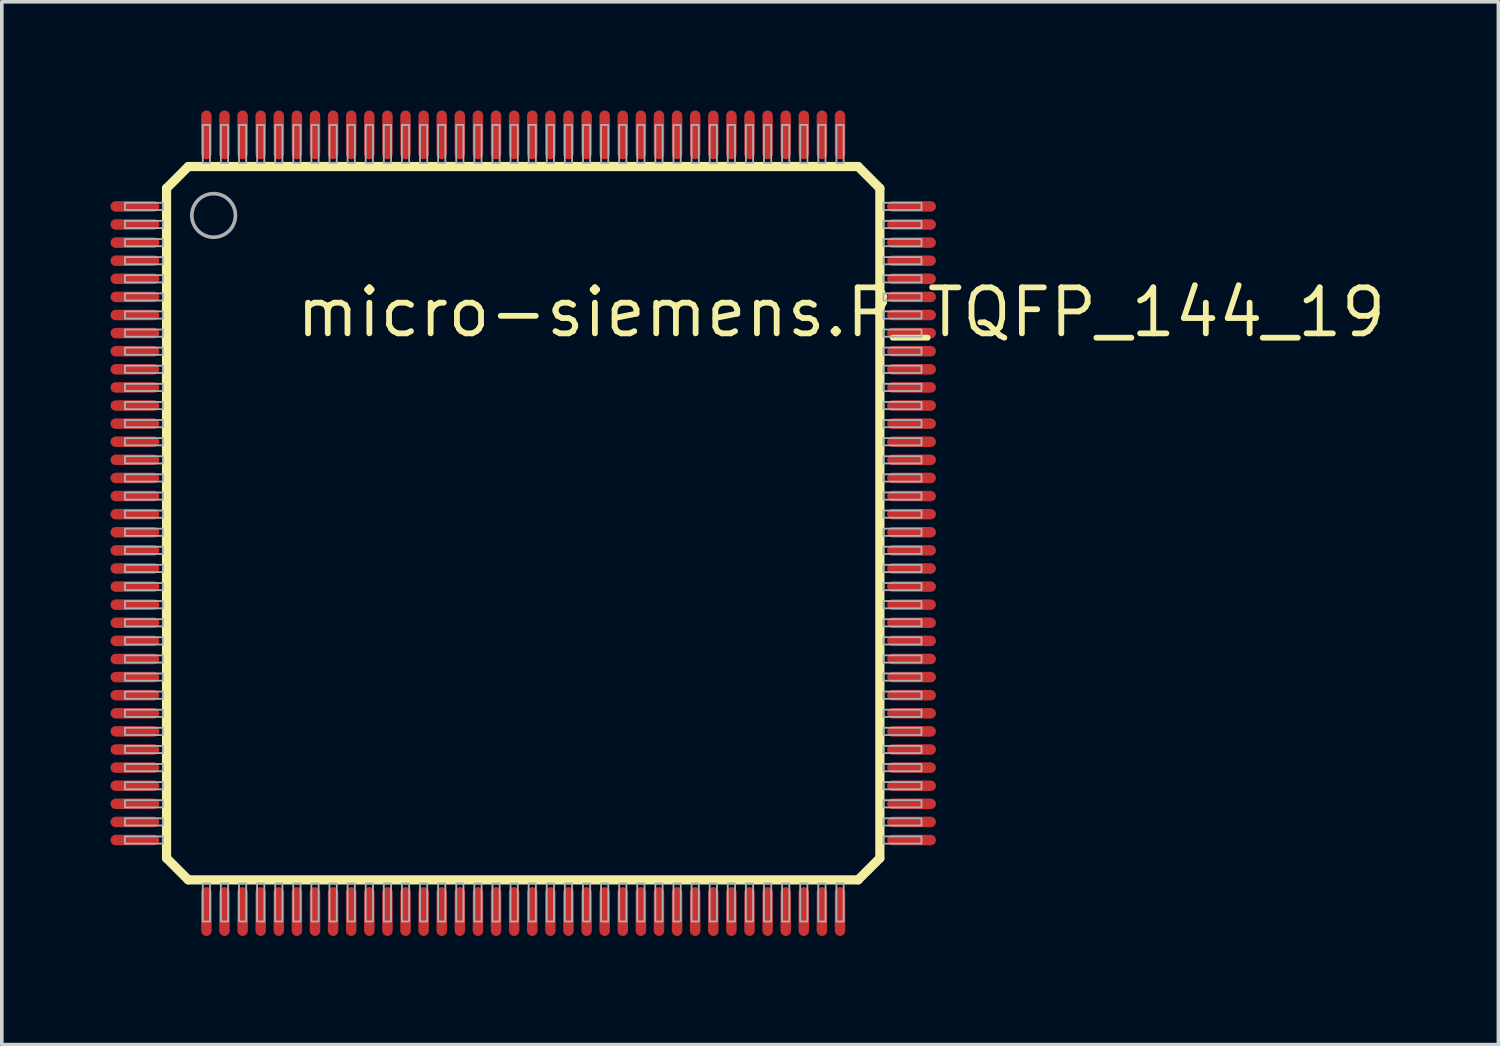
<source format=kicad_pcb>
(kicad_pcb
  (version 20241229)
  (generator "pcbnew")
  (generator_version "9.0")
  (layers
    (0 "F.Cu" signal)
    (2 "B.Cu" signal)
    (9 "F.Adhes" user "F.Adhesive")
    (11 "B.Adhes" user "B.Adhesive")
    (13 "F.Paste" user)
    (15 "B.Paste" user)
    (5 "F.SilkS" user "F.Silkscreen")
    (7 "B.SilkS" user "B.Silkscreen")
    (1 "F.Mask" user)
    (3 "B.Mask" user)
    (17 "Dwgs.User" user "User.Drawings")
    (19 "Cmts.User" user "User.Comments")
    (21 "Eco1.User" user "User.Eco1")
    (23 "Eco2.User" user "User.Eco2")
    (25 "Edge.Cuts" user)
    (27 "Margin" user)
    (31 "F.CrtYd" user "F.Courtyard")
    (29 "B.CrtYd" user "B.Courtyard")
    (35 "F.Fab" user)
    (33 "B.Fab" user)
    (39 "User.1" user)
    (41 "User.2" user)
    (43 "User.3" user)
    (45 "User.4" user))
  (footprint "micro-siemens.P_TQFP_144_19"
    (layer "F.Cu")
    (at 11.4 11.4)
    (property "Reference" "micro-siemens.P_TQFP_144_19" (at -6.35 -5.08 0) (layer "F.SilkS") (effects (font (size 1.27 1.27) (thickness 0.16)) (justify left bottom)))
    (attr smd)
    (fp_line (start -9.85 -9.25) (end -9.25 -9.85) (stroke (width 0.254) (type default)) (layer "F.SilkS"))
    (fp_line (start -9.85 9.25) (end -9.85 -9.25) (stroke (width 0.254) (type default)) (layer "F.SilkS"))
    (fp_line (start -9.85 9.25) (end -9.25 9.85) (stroke (width 0.254) (type default)) (layer "F.SilkS"))
    (fp_line (start -9.25 -9.85) (end 9.25 -9.85) (stroke (width 0.254) (type default)) (layer "F.SilkS"))
    (fp_line (start 9.25 9.85) (end -9.25 9.85) (stroke (width 0.254) (type default)) (layer "F.SilkS"))
    (fp_line (start 9.85 -9.25) (end 9.25 -9.85) (stroke (width 0.254) (type default)) (layer "F.SilkS"))
    (fp_line (start 9.85 -9.25) (end 9.85 9.25) (stroke (width 0.254) (type default)) (layer "F.SilkS"))
    (fp_line (start 9.85 9.25) (end 9.25 9.85) (stroke (width 0.254) (type default)) (layer "F.SilkS"))
    (fp_rect (start -11 -8.65) (end -9.95 -8.85) (stroke (width 0.05) (type default)) (fill no) (layer "F.Fab"))
    (fp_rect (start -11 -8.15) (end -9.95 -8.35) (stroke (width 0.05) (type default)) (fill no) (layer "F.Fab"))
    (fp_rect (start -11 -7.65) (end -9.95 -7.85) (stroke (width 0.05) (type default)) (fill no) (layer "F.Fab"))
    (fp_rect (start -11 -7.15) (end -9.95 -7.35) (stroke (width 0.05) (type default)) (fill no) (layer "F.Fab"))
    (fp_rect (start -11 -6.65) (end -9.95 -6.85) (stroke (width 0.05) (type default)) (fill no) (layer "F.Fab"))
    (fp_rect (start -11 -6.15) (end -9.95 -6.35) (stroke (width 0.05) (type default)) (fill no) (layer "F.Fab"))
    (fp_rect (start -11 -5.65) (end -9.95 -5.85) (stroke (width 0.05) (type default)) (fill no) (layer "F.Fab"))
    (fp_rect (start -11 -5.15) (end -9.95 -5.35) (stroke (width 0.05) (type default)) (fill no) (layer "F.Fab"))
    (fp_rect (start -11 -4.65) (end -9.95 -4.85) (stroke (width 0.05) (type default)) (fill no) (layer "F.Fab"))
    (fp_rect (start -11 -4.15) (end -9.95 -4.35) (stroke (width 0.05) (type default)) (fill no) (layer "F.Fab"))
    (fp_rect (start -11 -3.65) (end -9.95 -3.85) (stroke (width 0.05) (type default)) (fill no) (layer "F.Fab"))
    (fp_rect (start -11 -3.15) (end -9.95 -3.35) (stroke (width 0.05) (type default)) (fill no) (layer "F.Fab"))
    (fp_rect (start -11 -2.65) (end -9.95 -2.85) (stroke (width 0.05) (type default)) (fill no) (layer "F.Fab"))
    (fp_rect (start -11 -2.15) (end -9.95 -2.35) (stroke (width 0.05) (type default)) (fill no) (layer "F.Fab"))
    (fp_rect (start -11 -1.65) (end -9.95 -1.85) (stroke (width 0.05) (type default)) (fill no) (layer "F.Fab"))
    (fp_rect (start -11 -1.15) (end -9.95 -1.35) (stroke (width 0.05) (type default)) (fill no) (layer "F.Fab"))
    (fp_rect (start -11 -0.65) (end -9.95 -0.85) (stroke (width 0.05) (type default)) (fill no) (layer "F.Fab"))
    (fp_rect (start -11 -0.15) (end -9.95 -0.35) (stroke (width 0.05) (type default)) (fill no) (layer "F.Fab"))
    (fp_rect (start -11 0.35) (end -9.95 0.15) (stroke (width 0.05) (type default)) (fill no) (layer "F.Fab"))
    (fp_rect (start -11 0.85) (end -9.95 0.65) (stroke (width 0.05) (type default)) (fill no) (layer "F.Fab"))
    (fp_rect (start -11 1.35) (end -9.95 1.15) (stroke (width 0.05) (type default)) (fill no) (layer "F.Fab"))
    (fp_rect (start -11 1.85) (end -9.95 1.65) (stroke (width 0.05) (type default)) (fill no) (layer "F.Fab"))
    (fp_rect (start -11 2.35) (end -9.95 2.15) (stroke (width 0.05) (type default)) (fill no) (layer "F.Fab"))
    (fp_rect (start -11 2.85) (end -9.95 2.65) (stroke (width 0.05) (type default)) (fill no) (layer "F.Fab"))
    (fp_rect (start -11 3.35) (end -9.95 3.15) (stroke (width 0.05) (type default)) (fill no) (layer "F.Fab"))
    (fp_rect (start -11 3.85) (end -9.95 3.65) (stroke (width 0.05) (type default)) (fill no) (layer "F.Fab"))
    (fp_rect (start -11 4.35) (end -9.95 4.15) (stroke (width 0.05) (type default)) (fill no) (layer "F.Fab"))
    (fp_rect (start -11 4.85) (end -9.95 4.65) (stroke (width 0.05) (type default)) (fill no) (layer "F.Fab"))
    (fp_rect (start -11 5.35) (end -9.95 5.15) (stroke (width 0.05) (type default)) (fill no) (layer "F.Fab"))
    (fp_rect (start -11 5.85) (end -9.95 5.65) (stroke (width 0.05) (type default)) (fill no) (layer "F.Fab"))
    (fp_rect (start -11 6.35) (end -9.95 6.15) (stroke (width 0.05) (type default)) (fill no) (layer "F.Fab"))
    (fp_rect (start -11 6.85) (end -9.95 6.65) (stroke (width 0.05) (type default)) (fill no) (layer "F.Fab"))
    (fp_rect (start -11 7.35) (end -9.95 7.15) (stroke (width 0.05) (type default)) (fill no) (layer "F.Fab"))
    (fp_rect (start -11 7.85) (end -9.95 7.65) (stroke (width 0.05) (type default)) (fill no) (layer "F.Fab"))
    (fp_rect (start -11 8.35) (end -9.95 8.15) (stroke (width 0.05) (type default)) (fill no) (layer "F.Fab"))
    (fp_rect (start -11 8.85) (end -9.95 8.65) (stroke (width 0.05) (type default)) (fill no) (layer "F.Fab"))
    (fp_rect (start -8.85 -9.95) (end -8.65 -11) (stroke (width 0.05) (type default)) (fill no) (layer "F.Fab"))
    (fp_rect (start -8.85 11) (end -8.65 9.95) (stroke (width 0.05) (type default)) (fill no) (layer "F.Fab"))
    (fp_rect (start -8.35 -9.95) (end -8.15 -11) (stroke (width 0.05) (type default)) (fill no) (layer "F.Fab"))
    (fp_rect (start -8.35 11) (end -8.15 9.95) (stroke (width 0.05) (type default)) (fill no) (layer "F.Fab"))
    (fp_rect (start -7.85 -9.95) (end -7.65 -11) (stroke (width 0.05) (type default)) (fill no) (layer "F.Fab"))
    (fp_rect (start -7.85 11) (end -7.65 9.95) (stroke (width 0.05) (type default)) (fill no) (layer "F.Fab"))
    (fp_rect (start -7.35 -9.95) (end -7.15 -11) (stroke (width 0.05) (type default)) (fill no) (layer "F.Fab"))
    (fp_rect (start -7.35 11) (end -7.15 9.95) (stroke (width 0.05) (type default)) (fill no) (layer "F.Fab"))
    (fp_rect (start -6.85 -9.95) (end -6.65 -11) (stroke (width 0.05) (type default)) (fill no) (layer "F.Fab"))
    (fp_rect (start -6.85 11) (end -6.65 9.95) (stroke (width 0.05) (type default)) (fill no) (layer "F.Fab"))
    (fp_rect (start -6.35 -9.95) (end -6.15 -11) (stroke (width 0.05) (type default)) (fill no) (layer "F.Fab"))
    (fp_rect (start -6.35 11) (end -6.15 9.95) (stroke (width 0.05) (type default)) (fill no) (layer "F.Fab"))
    (fp_rect (start -5.85 -9.95) (end -5.65 -11) (stroke (width 0.05) (type default)) (fill no) (layer "F.Fab"))
    (fp_rect (start -5.85 11) (end -5.65 9.95) (stroke (width 0.05) (type default)) (fill no) (layer "F.Fab"))
    (fp_rect (start -5.35 -9.95) (end -5.15 -11) (stroke (width 0.05) (type default)) (fill no) (layer "F.Fab"))
    (fp_rect (start -5.35 11) (end -5.15 9.95) (stroke (width 0.05) (type default)) (fill no) (layer "F.Fab"))
    (fp_rect (start -4.85 -9.95) (end -4.65 -11) (stroke (width 0.05) (type default)) (fill no) (layer "F.Fab"))
    (fp_rect (start -4.85 11) (end -4.65 9.95) (stroke (width 0.05) (type default)) (fill no) (layer "F.Fab"))
    (fp_rect (start -4.35 -9.95) (end -4.15 -11) (stroke (width 0.05) (type default)) (fill no) (layer "F.Fab"))
    (fp_rect (start -4.35 11) (end -4.15 9.95) (stroke (width 0.05) (type default)) (fill no) (layer "F.Fab"))
    (fp_rect (start -3.85 -9.95) (end -3.65 -11) (stroke (width 0.05) (type default)) (fill no) (layer "F.Fab"))
    (fp_rect (start -3.85 11) (end -3.65 9.95) (stroke (width 0.05) (type default)) (fill no) (layer "F.Fab"))
    (fp_rect (start -3.35 -9.95) (end -3.15 -11) (stroke (width 0.05) (type default)) (fill no) (layer "F.Fab"))
    (fp_rect (start -3.35 11) (end -3.15 9.95) (stroke (width 0.05) (type default)) (fill no) (layer "F.Fab"))
    (fp_rect (start -2.85 -9.95) (end -2.65 -11) (stroke (width 0.05) (type default)) (fill no) (layer "F.Fab"))
    (fp_rect (start -2.85 11) (end -2.65 9.95) (stroke (width 0.05) (type default)) (fill no) (layer "F.Fab"))
    (fp_rect (start -2.35 -9.95) (end -2.15 -11) (stroke (width 0.05) (type default)) (fill no) (layer "F.Fab"))
    (fp_rect (start -2.35 11) (end -2.15 9.95) (stroke (width 0.05) (type default)) (fill no) (layer "F.Fab"))
    (fp_rect (start -1.85 -9.95) (end -1.65 -11) (stroke (width 0.05) (type default)) (fill no) (layer "F.Fab"))
    (fp_rect (start -1.85 11) (end -1.65 9.95) (stroke (width 0.05) (type default)) (fill no) (layer "F.Fab"))
    (fp_rect (start -1.35 -9.95) (end -1.15 -11) (stroke (width 0.05) (type default)) (fill no) (layer "F.Fab"))
    (fp_rect (start -1.35 11) (end -1.15 9.95) (stroke (width 0.05) (type default)) (fill no) (layer "F.Fab"))
    (fp_rect (start -0.85 -9.95) (end -0.65 -11) (stroke (width 0.05) (type default)) (fill no) (layer "F.Fab"))
    (fp_rect (start -0.85 11) (end -0.65 9.95) (stroke (width 0.05) (type default)) (fill no) (layer "F.Fab"))
    (fp_rect (start -0.35 -9.95) (end -0.15 -11) (stroke (width 0.05) (type default)) (fill no) (layer "F.Fab"))
    (fp_rect (start -0.35 11) (end -0.15 9.95) (stroke (width 0.05) (type default)) (fill no) (layer "F.Fab"))
    (fp_rect (start 0.15 -9.95) (end 0.35 -11) (stroke (width 0.05) (type default)) (fill no) (layer "F.Fab"))
    (fp_rect (start 0.15 11) (end 0.35 9.95) (stroke (width 0.05) (type default)) (fill no) (layer "F.Fab"))
    (fp_rect (start 0.65 -9.95) (end 0.85 -11) (stroke (width 0.05) (type default)) (fill no) (layer "F.Fab"))
    (fp_rect (start 0.65 11) (end 0.85 9.95) (stroke (width 0.05) (type default)) (fill no) (layer "F.Fab"))
    (fp_rect (start 1.15 -9.95) (end 1.35 -11) (stroke (width 0.05) (type default)) (fill no) (layer "F.Fab"))
    (fp_rect (start 1.15 11) (end 1.35 9.95) (stroke (width 0.05) (type default)) (fill no) (layer "F.Fab"))
    (fp_rect (start 1.65 -9.95) (end 1.85 -11) (stroke (width 0.05) (type default)) (fill no) (layer "F.Fab"))
    (fp_rect (start 1.65 11) (end 1.85 9.95) (stroke (width 0.05) (type default)) (fill no) (layer "F.Fab"))
    (fp_rect (start 2.15 -9.95) (end 2.35 -11) (stroke (width 0.05) (type default)) (fill no) (layer "F.Fab"))
    (fp_rect (start 2.15 11) (end 2.35 9.95) (stroke (width 0.05) (type default)) (fill no) (layer "F.Fab"))
    (fp_rect (start 2.65 -9.95) (end 2.85 -11) (stroke (width 0.05) (type default)) (fill no) (layer "F.Fab"))
    (fp_rect (start 2.65 11) (end 2.85 9.95) (stroke (width 0.05) (type default)) (fill no) (layer "F.Fab"))
    (fp_rect (start 3.15 -9.95) (end 3.35 -11) (stroke (width 0.05) (type default)) (fill no) (layer "F.Fab"))
    (fp_rect (start 3.15 11) (end 3.35 9.95) (stroke (width 0.05) (type default)) (fill no) (layer "F.Fab"))
    (fp_rect (start 3.65 -9.95) (end 3.85 -11) (stroke (width 0.05) (type default)) (fill no) (layer "F.Fab"))
    (fp_rect (start 3.65 11) (end 3.85 9.95) (stroke (width 0.05) (type default)) (fill no) (layer "F.Fab"))
    (fp_rect (start 4.15 -9.95) (end 4.35 -11) (stroke (width 0.05) (type default)) (fill no) (layer "F.Fab"))
    (fp_rect (start 4.15 11) (end 4.35 9.95) (stroke (width 0.05) (type default)) (fill no) (layer "F.Fab"))
    (fp_rect (start 4.65 -9.95) (end 4.85 -11) (stroke (width 0.05) (type default)) (fill no) (layer "F.Fab"))
    (fp_rect (start 4.65 11) (end 4.85 9.95) (stroke (width 0.05) (type default)) (fill no) (layer "F.Fab"))
    (fp_rect (start 5.15 -9.95) (end 5.35 -11) (stroke (width 0.05) (type default)) (fill no) (layer "F.Fab"))
    (fp_rect (start 5.15 11) (end 5.35 9.95) (stroke (width 0.05) (type default)) (fill no) (layer "F.Fab"))
    (fp_rect (start 5.65 -9.95) (end 5.85 -11) (stroke (width 0.05) (type default)) (fill no) (layer "F.Fab"))
    (fp_rect (start 5.65 11) (end 5.85 9.95) (stroke (width 0.05) (type default)) (fill no) (layer "F.Fab"))
    (fp_rect (start 6.15 -9.95) (end 6.35 -11) (stroke (width 0.05) (type default)) (fill no) (layer "F.Fab"))
    (fp_rect (start 6.15 11) (end 6.35 9.95) (stroke (width 0.05) (type default)) (fill no) (layer "F.Fab"))
    (fp_rect (start 6.65 -9.95) (end 6.85 -11) (stroke (width 0.05) (type default)) (fill no) (layer "F.Fab"))
    (fp_rect (start 6.65 11) (end 6.85 9.95) (stroke (width 0.05) (type default)) (fill no) (layer "F.Fab"))
    (fp_rect (start 7.15 -9.95) (end 7.35 -11) (stroke (width 0.05) (type default)) (fill no) (layer "F.Fab"))
    (fp_rect (start 7.15 11) (end 7.35 9.95) (stroke (width 0.05) (type default)) (fill no) (layer "F.Fab"))
    (fp_rect (start 7.65 -9.95) (end 7.85 -11) (stroke (width 0.05) (type default)) (fill no) (layer "F.Fab"))
    (fp_rect (start 7.65 11) (end 7.85 9.95) (stroke (width 0.05) (type default)) (fill no) (layer "F.Fab"))
    (fp_rect (start 8.15 -9.95) (end 8.35 -11) (stroke (width 0.05) (type default)) (fill no) (layer "F.Fab"))
    (fp_rect (start 8.15 11) (end 8.35 9.95) (stroke (width 0.05) (type default)) (fill no) (layer "F.Fab"))
    (fp_rect (start 8.65 -9.95) (end 8.85 -11) (stroke (width 0.05) (type default)) (fill no) (layer "F.Fab"))
    (fp_rect (start 8.65 11) (end 8.85 9.95) (stroke (width 0.05) (type default)) (fill no) (layer "F.Fab"))
    (fp_rect (start 9.95 -8.65) (end 11 -8.85) (stroke (width 0.05) (type default)) (fill no) (layer "F.Fab"))
    (fp_rect (start 9.95 -8.15) (end 11 -8.35) (stroke (width 0.05) (type default)) (fill no) (layer "F.Fab"))
    (fp_rect (start 9.95 -7.65) (end 11 -7.85) (stroke (width 0.05) (type default)) (fill no) (layer "F.Fab"))
    (fp_rect (start 9.95 -7.15) (end 11 -7.35) (stroke (width 0.05) (type default)) (fill no) (layer "F.Fab"))
    (fp_rect (start 9.95 -6.65) (end 11 -6.85) (stroke (width 0.05) (type default)) (fill no) (layer "F.Fab"))
    (fp_rect (start 9.95 -6.15) (end 11 -6.35) (stroke (width 0.05) (type default)) (fill no) (layer "F.Fab"))
    (fp_rect (start 9.95 -5.65) (end 11 -5.85) (stroke (width 0.05) (type default)) (fill no) (layer "F.Fab"))
    (fp_rect (start 9.95 -5.15) (end 11 -5.35) (stroke (width 0.05) (type default)) (fill no) (layer "F.Fab"))
    (fp_rect (start 9.95 -4.65) (end 11 -4.85) (stroke (width 0.05) (type default)) (fill no) (layer "F.Fab"))
    (fp_rect (start 9.95 -4.15) (end 11 -4.35) (stroke (width 0.05) (type default)) (fill no) (layer "F.Fab"))
    (fp_rect (start 9.95 -3.65) (end 11 -3.85) (stroke (width 0.05) (type default)) (fill no) (layer "F.Fab"))
    (fp_rect (start 9.95 -3.15) (end 11 -3.35) (stroke (width 0.05) (type default)) (fill no) (layer "F.Fab"))
    (fp_rect (start 9.95 -2.65) (end 11 -2.85) (stroke (width 0.05) (type default)) (fill no) (layer "F.Fab"))
    (fp_rect (start 9.95 -2.15) (end 11 -2.35) (stroke (width 0.05) (type default)) (fill no) (layer "F.Fab"))
    (fp_rect (start 9.95 -1.65) (end 11 -1.85) (stroke (width 0.05) (type default)) (fill no) (layer "F.Fab"))
    (fp_rect (start 9.95 -1.15) (end 11 -1.35) (stroke (width 0.05) (type default)) (fill no) (layer "F.Fab"))
    (fp_rect (start 9.95 -0.65) (end 11 -0.85) (stroke (width 0.05) (type default)) (fill no) (layer "F.Fab"))
    (fp_rect (start 9.95 -0.15) (end 11 -0.35) (stroke (width 0.05) (type default)) (fill no) (layer "F.Fab"))
    (fp_rect (start 9.95 0.35) (end 11 0.15) (stroke (width 0.05) (type default)) (fill no) (layer "F.Fab"))
    (fp_rect (start 9.95 0.85) (end 11 0.65) (stroke (width 0.05) (type default)) (fill no) (layer "F.Fab"))
    (fp_rect (start 9.95 1.35) (end 11 1.15) (stroke (width 0.05) (type default)) (fill no) (layer "F.Fab"))
    (fp_rect (start 9.95 1.85) (end 11 1.65) (stroke (width 0.05) (type default)) (fill no) (layer "F.Fab"))
    (fp_rect (start 9.95 2.35) (end 11 2.15) (stroke (width 0.05) (type default)) (fill no) (layer "F.Fab"))
    (fp_rect (start 9.95 2.85) (end 11 2.65) (stroke (width 0.05) (type default)) (fill no) (layer "F.Fab"))
    (fp_rect (start 9.95 3.35) (end 11 3.15) (stroke (width 0.05) (type default)) (fill no) (layer "F.Fab"))
    (fp_rect (start 9.95 3.85) (end 11 3.65) (stroke (width 0.05) (type default)) (fill no) (layer "F.Fab"))
    (fp_rect (start 9.95 4.35) (end 11 4.15) (stroke (width 0.05) (type default)) (fill no) (layer "F.Fab"))
    (fp_rect (start 9.95 4.85) (end 11 4.65) (stroke (width 0.05) (type default)) (fill no) (layer "F.Fab"))
    (fp_rect (start 9.95 5.35) (end 11 5.15) (stroke (width 0.05) (type default)) (fill no) (layer "F.Fab"))
    (fp_rect (start 9.95 5.85) (end 11 5.65) (stroke (width 0.05) (type default)) (fill no) (layer "F.Fab"))
    (fp_rect (start 9.95 6.35) (end 11 6.15) (stroke (width 0.05) (type default)) (fill no) (layer "F.Fab"))
    (fp_rect (start 9.95 6.85) (end 11 6.65) (stroke (width 0.05) (type default)) (fill no) (layer "F.Fab"))
    (fp_rect (start 9.95 7.35) (end 11 7.15) (stroke (width 0.05) (type default)) (fill no) (layer "F.Fab"))
    (fp_rect (start 9.95 7.85) (end 11 7.65) (stroke (width 0.05) (type default)) (fill no) (layer "F.Fab"))
    (fp_rect (start 9.95 8.35) (end 11 8.15) (stroke (width 0.05) (type default)) (fill no) (layer "F.Fab"))
    (fp_rect (start 9.95 8.85) (end 11 8.65) (stroke (width 0.05) (type default)) (fill no) (layer "F.Fab"))
    (fp_circle (center -8.55 -8.5) (end -7.948 -8.5) (stroke (width 0.1) (type default)) (fill no) (layer "F.Fab"))
    (pad "1" smd roundrect (at -10.725 -8.75) (size 1.35 0.29) (layers "F.Cu" "F.Mask" "F.Paste") (roundrect_rratio 0.5))
    (pad "2" smd roundrect (at -10.725 -8.25) (size 1.35 0.29) (layers "F.Cu" "F.Mask" "F.Paste") (roundrect_rratio 0.5))
    (pad "3" smd roundrect (at -10.725 -7.75) (size 1.35 0.29) (layers "F.Cu" "F.Mask" "F.Paste") (roundrect_rratio 0.5))
    (pad "4" smd roundrect (at -10.725 -7.25) (size 1.35 0.29) (layers "F.Cu" "F.Mask" "F.Paste") (roundrect_rratio 0.5))
    (pad "5" smd roundrect (at -10.725 -6.75) (size 1.35 0.29) (layers "F.Cu" "F.Mask" "F.Paste") (roundrect_rratio 0.5))
    (pad "6" smd roundrect (at -10.725 -6.25) (size 1.35 0.29) (layers "F.Cu" "F.Mask" "F.Paste") (roundrect_rratio 0.5))
    (pad "7" smd roundrect (at -10.725 -5.75) (size 1.35 0.29) (layers "F.Cu" "F.Mask" "F.Paste") (roundrect_rratio 0.5))
    (pad "8" smd roundrect (at -10.725 -5.25) (size 1.35 0.29) (layers "F.Cu" "F.Mask" "F.Paste") (roundrect_rratio 0.5))
    (pad "9" smd roundrect (at -10.725 -4.75) (size 1.35 0.29) (layers "F.Cu" "F.Mask" "F.Paste") (roundrect_rratio 0.5))
    (pad "10" smd roundrect (at -10.725 -4.25) (size 1.35 0.29) (layers "F.Cu" "F.Mask" "F.Paste") (roundrect_rratio 0.5))
    (pad "11" smd roundrect (at -10.725 -3.75) (size 1.35 0.29) (layers "F.Cu" "F.Mask" "F.Paste") (roundrect_rratio 0.5))
    (pad "12" smd roundrect (at -10.725 -3.25) (size 1.35 0.29) (layers "F.Cu" "F.Mask" "F.Paste") (roundrect_rratio 0.5))
    (pad "13" smd roundrect (at -10.725 -2.75) (size 1.35 0.29) (layers "F.Cu" "F.Mask" "F.Paste") (roundrect_rratio 0.5))
    (pad "14" smd roundrect (at -10.725 -2.25) (size 1.35 0.29) (layers "F.Cu" "F.Mask" "F.Paste") (roundrect_rratio 0.5))
    (pad "15" smd roundrect (at -10.725 -1.75) (size 1.35 0.29) (layers "F.Cu" "F.Mask" "F.Paste") (roundrect_rratio 0.5))
    (pad "16" smd roundrect (at -10.725 -1.25) (size 1.35 0.29) (layers "F.Cu" "F.Mask" "F.Paste") (roundrect_rratio 0.5))
    (pad "17" smd roundrect (at -10.725 -0.75) (size 1.35 0.29) (layers "F.Cu" "F.Mask" "F.Paste") (roundrect_rratio 0.5))
    (pad "18" smd roundrect (at -10.725 -0.25) (size 1.35 0.29) (layers "F.Cu" "F.Mask" "F.Paste") (roundrect_rratio 0.5))
    (pad "19" smd roundrect (at -10.725 0.25) (size 1.35 0.29) (layers "F.Cu" "F.Mask" "F.Paste") (roundrect_rratio 0.5))
    (pad "20" smd roundrect (at -10.725 0.75) (size 1.35 0.29) (layers "F.Cu" "F.Mask" "F.Paste") (roundrect_rratio 0.5))
    (pad "21" smd roundrect (at -10.725 1.25) (size 1.35 0.29) (layers "F.Cu" "F.Mask" "F.Paste") (roundrect_rratio 0.5))
    (pad "22" smd roundrect (at -10.725 1.75) (size 1.35 0.29) (layers "F.Cu" "F.Mask" "F.Paste") (roundrect_rratio 0.5))
    (pad "23" smd roundrect (at -10.725 2.25) (size 1.35 0.29) (layers "F.Cu" "F.Mask" "F.Paste") (roundrect_rratio 0.5))
    (pad "24" smd roundrect (at -10.725 2.75) (size 1.35 0.29) (layers "F.Cu" "F.Mask" "F.Paste") (roundrect_rratio 0.5))
    (pad "25" smd roundrect (at -10.725 3.25) (size 1.35 0.29) (layers "F.Cu" "F.Mask" "F.Paste") (roundrect_rratio 0.5))
    (pad "26" smd roundrect (at -10.725 3.75) (size 1.35 0.29) (layers "F.Cu" "F.Mask" "F.Paste") (roundrect_rratio 0.5))
    (pad "27" smd roundrect (at -10.725 4.25) (size 1.35 0.29) (layers "F.Cu" "F.Mask" "F.Paste") (roundrect_rratio 0.5))
    (pad "28" smd roundrect (at -10.725 4.75) (size 1.35 0.29) (layers "F.Cu" "F.Mask" "F.Paste") (roundrect_rratio 0.5))
    (pad "29" smd roundrect (at -10.725 5.25) (size 1.35 0.29) (layers "F.Cu" "F.Mask" "F.Paste") (roundrect_rratio 0.5))
    (pad "30" smd roundrect (at -10.725 5.75) (size 1.35 0.29) (layers "F.Cu" "F.Mask" "F.Paste") (roundrect_rratio 0.5))
    (pad "31" smd roundrect (at -10.725 6.25) (size 1.35 0.29) (layers "F.Cu" "F.Mask" "F.Paste") (roundrect_rratio 0.5))
    (pad "32" smd roundrect (at -10.725 6.75) (size 1.35 0.29) (layers "F.Cu" "F.Mask" "F.Paste") (roundrect_rratio 0.5))
    (pad "33" smd roundrect (at -10.725 7.25) (size 1.35 0.29) (layers "F.Cu" "F.Mask" "F.Paste") (roundrect_rratio 0.5))
    (pad "34" smd roundrect (at -10.725 7.75) (size 1.35 0.29) (layers "F.Cu" "F.Mask" "F.Paste") (roundrect_rratio 0.5))
    (pad "35" smd roundrect (at -10.725 8.25) (size 1.35 0.29) (layers "F.Cu" "F.Mask" "F.Paste") (roundrect_rratio 0.5))
    (pad "36" smd roundrect (at -10.725 8.75) (size 1.35 0.29) (layers "F.Cu" "F.Mask" "F.Paste") (roundrect_rratio 0.5))
    (pad "37" smd roundrect (at -8.75 10.725 90) (size 1.35 0.29) (layers "F.Cu" "F.Mask" "F.Paste") (roundrect_rratio 0.5))
    (pad "38" smd roundrect (at -8.25 10.725 90) (size 1.35 0.29) (layers "F.Cu" "F.Mask" "F.Paste") (roundrect_rratio 0.5))
    (pad "39" smd roundrect (at -7.75 10.725 90) (size 1.35 0.29) (layers "F.Cu" "F.Mask" "F.Paste") (roundrect_rratio 0.5))
    (pad "40" smd roundrect (at -7.25 10.725 90) (size 1.35 0.29) (layers "F.Cu" "F.Mask" "F.Paste") (roundrect_rratio 0.5))
    (pad "41" smd roundrect (at -6.75 10.725 90) (size 1.35 0.29) (layers "F.Cu" "F.Mask" "F.Paste") (roundrect_rratio 0.5))
    (pad "42" smd roundrect (at -6.25 10.725 90) (size 1.35 0.29) (layers "F.Cu" "F.Mask" "F.Paste") (roundrect_rratio 0.5))
    (pad "43" smd roundrect (at -5.75 10.725 90) (size 1.35 0.29) (layers "F.Cu" "F.Mask" "F.Paste") (roundrect_rratio 0.5))
    (pad "44" smd roundrect (at -5.25 10.725 90) (size 1.35 0.29) (layers "F.Cu" "F.Mask" "F.Paste") (roundrect_rratio 0.5))
    (pad "45" smd roundrect (at -4.75 10.725 90) (size 1.35 0.29) (layers "F.Cu" "F.Mask" "F.Paste") (roundrect_rratio 0.5))
    (pad "46" smd roundrect (at -4.25 10.725 90) (size 1.35 0.29) (layers "F.Cu" "F.Mask" "F.Paste") (roundrect_rratio 0.5))
    (pad "47" smd roundrect (at -3.75 10.725 90) (size 1.35 0.29) (layers "F.Cu" "F.Mask" "F.Paste") (roundrect_rratio 0.5))
    (pad "48" smd roundrect (at -3.25 10.725 90) (size 1.35 0.29) (layers "F.Cu" "F.Mask" "F.Paste") (roundrect_rratio 0.5))
    (pad "49" smd roundrect (at -2.75 10.725 90) (size 1.35 0.29) (layers "F.Cu" "F.Mask" "F.Paste") (roundrect_rratio 0.5))
    (pad "50" smd roundrect (at -2.25 10.725 90) (size 1.35 0.29) (layers "F.Cu" "F.Mask" "F.Paste") (roundrect_rratio 0.5))
    (pad "51" smd roundrect (at -1.75 10.725 90) (size 1.35 0.29) (layers "F.Cu" "F.Mask" "F.Paste") (roundrect_rratio 0.5))
    (pad "52" smd roundrect (at -1.25 10.725 90) (size 1.35 0.29) (layers "F.Cu" "F.Mask" "F.Paste") (roundrect_rratio 0.5))
    (pad "53" smd roundrect (at -0.75 10.725 90) (size 1.35 0.29) (layers "F.Cu" "F.Mask" "F.Paste") (roundrect_rratio 0.5))
    (pad "54" smd roundrect (at -0.25 10.725 90) (size 1.35 0.29) (layers "F.Cu" "F.Mask" "F.Paste") (roundrect_rratio 0.5))
    (pad "55" smd roundrect (at 0.25 10.725 90) (size 1.35 0.29) (layers "F.Cu" "F.Mask" "F.Paste") (roundrect_rratio 0.5))
    (pad "56" smd roundrect (at 0.75 10.725 90) (size 1.35 0.29) (layers "F.Cu" "F.Mask" "F.Paste") (roundrect_rratio 0.5))
    (pad "57" smd roundrect (at 1.25 10.725 90) (size 1.35 0.29) (layers "F.Cu" "F.Mask" "F.Paste") (roundrect_rratio 0.5))
    (pad "58" smd roundrect (at 1.75 10.725 90) (size 1.35 0.29) (layers "F.Cu" "F.Mask" "F.Paste") (roundrect_rratio 0.5))
    (pad "59" smd roundrect (at 2.25 10.725 90) (size 1.35 0.29) (layers "F.Cu" "F.Mask" "F.Paste") (roundrect_rratio 0.5))
    (pad "60" smd roundrect (at 2.75 10.725 90) (size 1.35 0.29) (layers "F.Cu" "F.Mask" "F.Paste") (roundrect_rratio 0.5))
    (pad "61" smd roundrect (at 3.25 10.725 90) (size 1.35 0.29) (layers "F.Cu" "F.Mask" "F.Paste") (roundrect_rratio 0.5))
    (pad "62" smd roundrect (at 3.75 10.725 90) (size 1.35 0.29) (layers "F.Cu" "F.Mask" "F.Paste") (roundrect_rratio 0.5))
    (pad "63" smd roundrect (at 4.25 10.725 90) (size 1.35 0.29) (layers "F.Cu" "F.Mask" "F.Paste") (roundrect_rratio 0.5))
    (pad "64" smd roundrect (at 4.75 10.725 90) (size 1.35 0.29) (layers "F.Cu" "F.Mask" "F.Paste") (roundrect_rratio 0.5))
    (pad "65" smd roundrect (at 5.25 10.725 90) (size 1.35 0.29) (layers "F.Cu" "F.Mask" "F.Paste") (roundrect_rratio 0.5))
    (pad "66" smd roundrect (at 5.75 10.725 90) (size 1.35 0.29) (layers "F.Cu" "F.Mask" "F.Paste") (roundrect_rratio 0.5))
    (pad "67" smd roundrect (at 6.25 10.725 90) (size 1.35 0.29) (layers "F.Cu" "F.Mask" "F.Paste") (roundrect_rratio 0.5))
    (pad "68" smd roundrect (at 6.75 10.725 90) (size 1.35 0.29) (layers "F.Cu" "F.Mask" "F.Paste") (roundrect_rratio 0.5))
    (pad "69" smd roundrect (at 7.25 10.725 90) (size 1.35 0.29) (layers "F.Cu" "F.Mask" "F.Paste") (roundrect_rratio 0.5))
    (pad "70" smd roundrect (at 7.75 10.725 90) (size 1.35 0.29) (layers "F.Cu" "F.Mask" "F.Paste") (roundrect_rratio 0.5))
    (pad "71" smd roundrect (at 8.25 10.725 90) (size 1.35 0.29) (layers "F.Cu" "F.Mask" "F.Paste") (roundrect_rratio 0.5))
    (pad "72" smd roundrect (at 8.75 10.725 90) (size 1.35 0.29) (layers "F.Cu" "F.Mask" "F.Paste") (roundrect_rratio 0.5))
    (pad "73" smd roundrect (at 10.725 8.75 180) (size 1.35 0.29) (layers "F.Cu" "F.Mask" "F.Paste") (roundrect_rratio 0.5))
    (pad "74" smd roundrect (at 10.725 8.25 180) (size 1.35 0.29) (layers "F.Cu" "F.Mask" "F.Paste") (roundrect_rratio 0.5))
    (pad "75" smd roundrect (at 10.725 7.75 180) (size 1.35 0.29) (layers "F.Cu" "F.Mask" "F.Paste") (roundrect_rratio 0.5))
    (pad "76" smd roundrect (at 10.725 7.25 180) (size 1.35 0.29) (layers "F.Cu" "F.Mask" "F.Paste") (roundrect_rratio 0.5))
    (pad "77" smd roundrect (at 10.725 6.75 180) (size 1.35 0.29) (layers "F.Cu" "F.Mask" "F.Paste") (roundrect_rratio 0.5))
    (pad "78" smd roundrect (at 10.725 6.25 180) (size 1.35 0.29) (layers "F.Cu" "F.Mask" "F.Paste") (roundrect_rratio 0.5))
    (pad "79" smd roundrect (at 10.725 5.75 180) (size 1.35 0.29) (layers "F.Cu" "F.Mask" "F.Paste") (roundrect_rratio 0.5))
    (pad "80" smd roundrect (at 10.725 5.25 180) (size 1.35 0.29) (layers "F.Cu" "F.Mask" "F.Paste") (roundrect_rratio 0.5))
    (pad "81" smd roundrect (at 10.725 4.75 180) (size 1.35 0.29) (layers "F.Cu" "F.Mask" "F.Paste") (roundrect_rratio 0.5))
    (pad "82" smd roundrect (at 10.725 4.25 180) (size 1.35 0.29) (layers "F.Cu" "F.Mask" "F.Paste") (roundrect_rratio 0.5))
    (pad "83" smd roundrect (at 10.725 3.75 180) (size 1.35 0.29) (layers "F.Cu" "F.Mask" "F.Paste") (roundrect_rratio 0.5))
    (pad "84" smd roundrect (at 10.725 3.25 180) (size 1.35 0.29) (layers "F.Cu" "F.Mask" "F.Paste") (roundrect_rratio 0.5))
    (pad "85" smd roundrect (at 10.725 2.75 180) (size 1.35 0.29) (layers "F.Cu" "F.Mask" "F.Paste") (roundrect_rratio 0.5))
    (pad "86" smd roundrect (at 10.725 2.25 180) (size 1.35 0.29) (layers "F.Cu" "F.Mask" "F.Paste") (roundrect_rratio 0.5))
    (pad "87" smd roundrect (at 10.725 1.75 180) (size 1.35 0.29) (layers "F.Cu" "F.Mask" "F.Paste") (roundrect_rratio 0.5))
    (pad "88" smd roundrect (at 10.725 1.25 180) (size 1.35 0.29) (layers "F.Cu" "F.Mask" "F.Paste") (roundrect_rratio 0.5))
    (pad "89" smd roundrect (at 10.725 0.75 180) (size 1.35 0.29) (layers "F.Cu" "F.Mask" "F.Paste") (roundrect_rratio 0.5))
    (pad "90" smd roundrect (at 10.725 0.25 180) (size 1.35 0.29) (layers "F.Cu" "F.Mask" "F.Paste") (roundrect_rratio 0.5))
    (pad "91" smd roundrect (at 10.725 -0.25 180) (size 1.35 0.29) (layers "F.Cu" "F.Mask" "F.Paste") (roundrect_rratio 0.5))
    (pad "92" smd roundrect (at 10.725 -0.75 180) (size 1.35 0.29) (layers "F.Cu" "F.Mask" "F.Paste") (roundrect_rratio 0.5))
    (pad "93" smd roundrect (at 10.725 -1.25 180) (size 1.35 0.29) (layers "F.Cu" "F.Mask" "F.Paste") (roundrect_rratio 0.5))
    (pad "94" smd roundrect (at 10.725 -1.75 180) (size 1.35 0.29) (layers "F.Cu" "F.Mask" "F.Paste") (roundrect_rratio 0.5))
    (pad "95" smd roundrect (at 10.725 -2.25 180) (size 1.35 0.29) (layers "F.Cu" "F.Mask" "F.Paste") (roundrect_rratio 0.5))
    (pad "96" smd roundrect (at 10.725 -2.75 180) (size 1.35 0.29) (layers "F.Cu" "F.Mask" "F.Paste") (roundrect_rratio 0.5))
    (pad "97" smd roundrect (at 10.725 -3.25 180) (size 1.35 0.29) (layers "F.Cu" "F.Mask" "F.Paste") (roundrect_rratio 0.5))
    (pad "98" smd roundrect (at 10.725 -3.75 180) (size 1.35 0.29) (layers "F.Cu" "F.Mask" "F.Paste") (roundrect_rratio 0.5))
    (pad "99" smd roundrect (at 10.725 -4.25 180) (size 1.35 0.29) (layers "F.Cu" "F.Mask" "F.Paste") (roundrect_rratio 0.5))
    (pad "100" smd roundrect (at 10.725 -4.75 180) (size 1.35 0.29) (layers "F.Cu" "F.Mask" "F.Paste") (roundrect_rratio 0.5))
    (pad "101" smd roundrect (at 10.725 -5.25 180) (size 1.35 0.29) (layers "F.Cu" "F.Mask" "F.Paste") (roundrect_rratio 0.5))
    (pad "102" smd roundrect (at 10.725 -5.75 180) (size 1.35 0.29) (layers "F.Cu" "F.Mask" "F.Paste") (roundrect_rratio 0.5))
    (pad "103" smd roundrect (at 10.725 -6.25 180) (size 1.35 0.29) (layers "F.Cu" "F.Mask" "F.Paste") (roundrect_rratio 0.5))
    (pad "104" smd roundrect (at 10.725 -6.75 180) (size 1.35 0.29) (layers "F.Cu" "F.Mask" "F.Paste") (roundrect_rratio 0.5))
    (pad "105" smd roundrect (at 10.725 -7.25 180) (size 1.35 0.29) (layers "F.Cu" "F.Mask" "F.Paste") (roundrect_rratio 0.5))
    (pad "106" smd roundrect (at 10.725 -7.75 180) (size 1.35 0.29) (layers "F.Cu" "F.Mask" "F.Paste") (roundrect_rratio 0.5))
    (pad "107" smd roundrect (at 10.725 -8.25 180) (size 1.35 0.29) (layers "F.Cu" "F.Mask" "F.Paste") (roundrect_rratio 0.5))
    (pad "108" smd roundrect (at 10.725 -8.75 180) (size 1.35 0.29) (layers "F.Cu" "F.Mask" "F.Paste") (roundrect_rratio 0.5))
    (pad "109" smd roundrect (at 8.75 -10.725 270) (size 1.35 0.29) (layers "F.Cu" "F.Mask" "F.Paste") (roundrect_rratio 0.5))
    (pad "110" smd roundrect (at 8.25 -10.725 270) (size 1.35 0.29) (layers "F.Cu" "F.Mask" "F.Paste") (roundrect_rratio 0.5))
    (pad "111" smd roundrect (at 7.75 -10.725 270) (size 1.35 0.29) (layers "F.Cu" "F.Mask" "F.Paste") (roundrect_rratio 0.5))
    (pad "112" smd roundrect (at 7.25 -10.725 270) (size 1.35 0.29) (layers "F.Cu" "F.Mask" "F.Paste") (roundrect_rratio 0.5))
    (pad "113" smd roundrect (at 6.75 -10.725 270) (size 1.35 0.29) (layers "F.Cu" "F.Mask" "F.Paste") (roundrect_rratio 0.5))
    (pad "114" smd roundrect (at 6.25 -10.725 270) (size 1.35 0.29) (layers "F.Cu" "F.Mask" "F.Paste") (roundrect_rratio 0.5))
    (pad "115" smd roundrect (at 5.75 -10.725 270) (size 1.35 0.29) (layers "F.Cu" "F.Mask" "F.Paste") (roundrect_rratio 0.5))
    (pad "116" smd roundrect (at 5.25 -10.725 270) (size 1.35 0.29) (layers "F.Cu" "F.Mask" "F.Paste") (roundrect_rratio 0.5))
    (pad "117" smd roundrect (at 4.75 -10.725 270) (size 1.35 0.29) (layers "F.Cu" "F.Mask" "F.Paste") (roundrect_rratio 0.5))
    (pad "118" smd roundrect (at 4.25 -10.725 270) (size 1.35 0.29) (layers "F.Cu" "F.Mask" "F.Paste") (roundrect_rratio 0.5))
    (pad "119" smd roundrect (at 3.75 -10.725 270) (size 1.35 0.29) (layers "F.Cu" "F.Mask" "F.Paste") (roundrect_rratio 0.5))
    (pad "120" smd roundrect (at 3.25 -10.725 270) (size 1.35 0.29) (layers "F.Cu" "F.Mask" "F.Paste") (roundrect_rratio 0.5))
    (pad "121" smd roundrect (at 2.75 -10.725 270) (size 1.35 0.29) (layers "F.Cu" "F.Mask" "F.Paste") (roundrect_rratio 0.5))
    (pad "122" smd roundrect (at 2.25 -10.725 270) (size 1.35 0.29) (layers "F.Cu" "F.Mask" "F.Paste") (roundrect_rratio 0.5))
    (pad "123" smd roundrect (at 1.75 -10.725 270) (size 1.35 0.29) (layers "F.Cu" "F.Mask" "F.Paste") (roundrect_rratio 0.5))
    (pad "124" smd roundrect (at 1.25 -10.725 270) (size 1.35 0.29) (layers "F.Cu" "F.Mask" "F.Paste") (roundrect_rratio 0.5))
    (pad "125" smd roundrect (at 0.75 -10.725 270) (size 1.35 0.29) (layers "F.Cu" "F.Mask" "F.Paste") (roundrect_rratio 0.5))
    (pad "126" smd roundrect (at 0.25 -10.725 270) (size 1.35 0.29) (layers "F.Cu" "F.Mask" "F.Paste") (roundrect_rratio 0.5))
    (pad "127" smd roundrect (at -0.25 -10.725 270) (size 1.35 0.29) (layers "F.Cu" "F.Mask" "F.Paste") (roundrect_rratio 0.5))
    (pad "128" smd roundrect (at -0.75 -10.725 270) (size 1.35 0.29) (layers "F.Cu" "F.Mask" "F.Paste") (roundrect_rratio 0.5))
    (pad "129" smd roundrect (at -1.25 -10.725 270) (size 1.35 0.29) (layers "F.Cu" "F.Mask" "F.Paste") (roundrect_rratio 0.5))
    (pad "130" smd roundrect (at -1.75 -10.725 270) (size 1.35 0.29) (layers "F.Cu" "F.Mask" "F.Paste") (roundrect_rratio 0.5))
    (pad "131" smd roundrect (at -2.25 -10.725 270) (size 1.35 0.29) (layers "F.Cu" "F.Mask" "F.Paste") (roundrect_rratio 0.5))
    (pad "132" smd roundrect (at -2.75 -10.725 270) (size 1.35 0.29) (layers "F.Cu" "F.Mask" "F.Paste") (roundrect_rratio 0.5))
    (pad "133" smd roundrect (at -3.25 -10.725 270) (size 1.35 0.29) (layers "F.Cu" "F.Mask" "F.Paste") (roundrect_rratio 0.5))
    (pad "134" smd roundrect (at -3.75 -10.725 270) (size 1.35 0.29) (layers "F.Cu" "F.Mask" "F.Paste") (roundrect_rratio 0.5))
    (pad "135" smd roundrect (at -4.25 -10.725 270) (size 1.35 0.29) (layers "F.Cu" "F.Mask" "F.Paste") (roundrect_rratio 0.5))
    (pad "136" smd roundrect (at -4.75 -10.725 270) (size 1.35 0.29) (layers "F.Cu" "F.Mask" "F.Paste") (roundrect_rratio 0.5))
    (pad "137" smd roundrect (at -5.25 -10.725 270) (size 1.35 0.29) (layers "F.Cu" "F.Mask" "F.Paste") (roundrect_rratio 0.5))
    (pad "138" smd roundrect (at -5.75 -10.725 270) (size 1.35 0.29) (layers "F.Cu" "F.Mask" "F.Paste") (roundrect_rratio 0.5))
    (pad "139" smd roundrect (at -6.25 -10.725 270) (size 1.35 0.29) (layers "F.Cu" "F.Mask" "F.Paste") (roundrect_rratio 0.5))
    (pad "140" smd roundrect (at -6.75 -10.725 270) (size 1.35 0.29) (layers "F.Cu" "F.Mask" "F.Paste") (roundrect_rratio 0.5))
    (pad "141" smd roundrect (at -7.25 -10.725 270) (size 1.35 0.29) (layers "F.Cu" "F.Mask" "F.Paste") (roundrect_rratio 0.5))
    (pad "142" smd roundrect (at -7.75 -10.725 270) (size 1.35 0.29) (layers "F.Cu" "F.Mask" "F.Paste") (roundrect_rratio 0.5))
    (pad "143" smd roundrect (at -8.25 -10.725 270) (size 1.35 0.29) (layers "F.Cu" "F.Mask" "F.Paste") (roundrect_rratio 0.5))
    (pad "144" smd roundrect (at -8.75 -10.725 270) (size 1.35 0.29) (layers "F.Cu" "F.Mask" "F.Paste") (roundrect_rratio 0.5)))
  (gr_rect
    (start -3 -3)
    (end 38.333 25.8)
    (stroke (width 0.1) (type default))
    (fill no)
    (layer "Edge.Cuts")))
</source>
